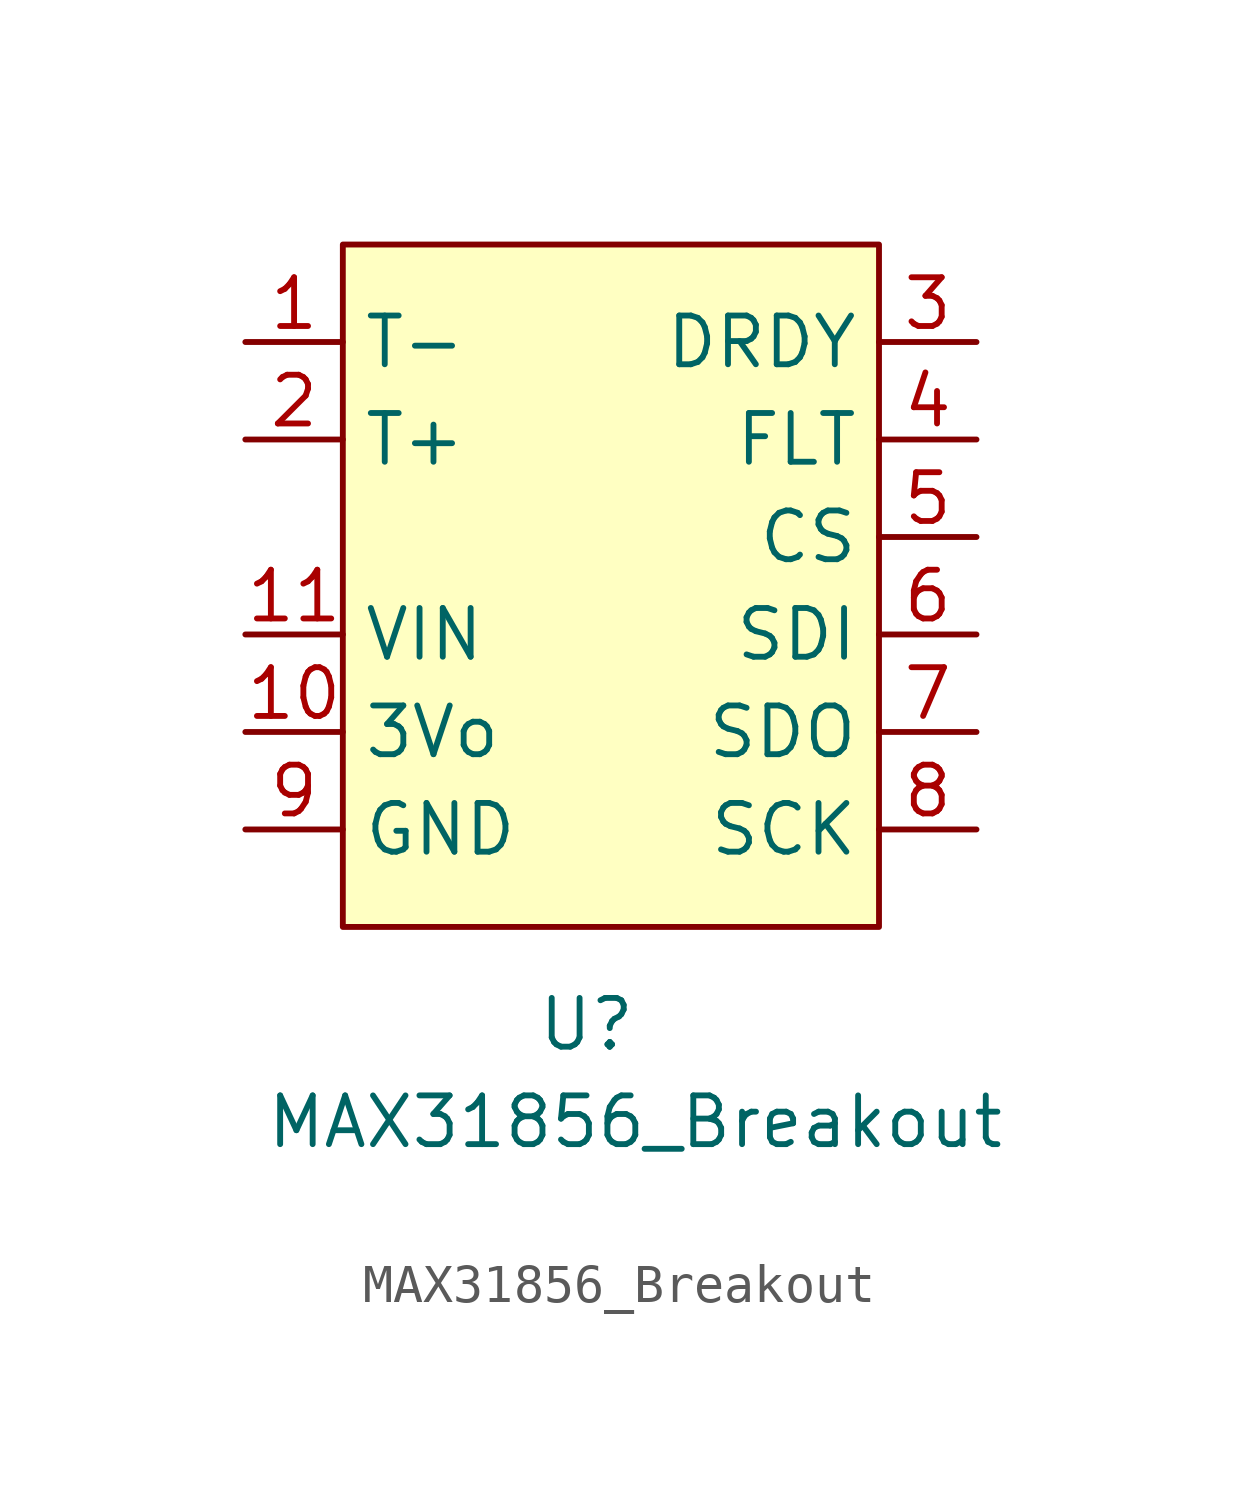
<source format=kicad_sym>
(kicad_symbol_lib
  (version 20211014)
  (generator kicad_symbol_editor)
  (symbol "MAX31856_Breakout"
    (property "Reference" "U"
      (at -1.27 -6.35 0)
      (effects (font (size 1.27 1.27))))
    (property "Value" "MAX31856_Breakout"
      (at 0 -8.89 0)
      (effects (font (size 1.27 1.27))))
    (symbol "MAX31856_Breakout_0_1"
      (rectangle (start -7.62 13.97) (end 6.35 -3.81) (stroke (width 0) (type default) (color 0 0 0 0)) (fill (type background))))
    (symbol "MAX31856_Breakout_1_1"
      (pin input line (at -10.16 11.43 0) (length 2.54) (name "T-" (effects (font (size 1.27 1.27)))) (number "1" (effects (font (size 1.27 1.27)))))
      (pin power_out line (at -10.16 1.27 0) (length 2.54) (name "3Vo" (effects (font (size 1.27 1.27)))) (number "10" (effects (font (size 1.27 1.27)))))
      (pin power_in line (at -10.16 3.81 0) (length 2.54) (name "VIN" (effects (font (size 1.27 1.27)))) (number "11" (effects (font (size 1.27 1.27)))))
      (pin input line (at -10.16 8.89 0) (length 2.54) (name "T+" (effects (font (size 1.27 1.27)))) (number "2" (effects (font (size 1.27 1.27)))))
      (pin output line (at 8.89 11.43 180) (length 2.54) (name "DRDY" (effects (font (size 1.27 1.27)))) (number "3" (effects (font (size 1.27 1.27)))))
      (pin output line (at 8.89 8.89 180) (length 2.54) (name "FLT" (effects (font (size 1.27 1.27)))) (number "4" (effects (font (size 1.27 1.27)))))
      (pin input line (at 8.89 6.35 180) (length 2.54) (name "CS" (effects (font (size 1.27 1.27)))) (number "5" (effects (font (size 1.27 1.27)))))
      (pin input line (at 8.89 3.81 180) (length 2.54) (name "SDI" (effects (font (size 1.27 1.27)))) (number "6" (effects (font (size 1.27 1.27)))))
      (pin output line (at 8.89 1.27 180) (length 2.54) (name "SDO" (effects (font (size 1.27 1.27)))) (number "7" (effects (font (size 1.27 1.27)))))
      (pin input line (at 8.89 -1.27 180) (length 2.54) (name "SCK" (effects (font (size 1.27 1.27)))) (number "8" (effects (font (size 1.27 1.27)))))
      (pin power_in line (at -10.16 -1.27 0) (length 2.54) (name "GND" (effects (font (size 1.27 1.27)))) (number "9" (effects (font (size 1.27 1.27))))))))
</source>
